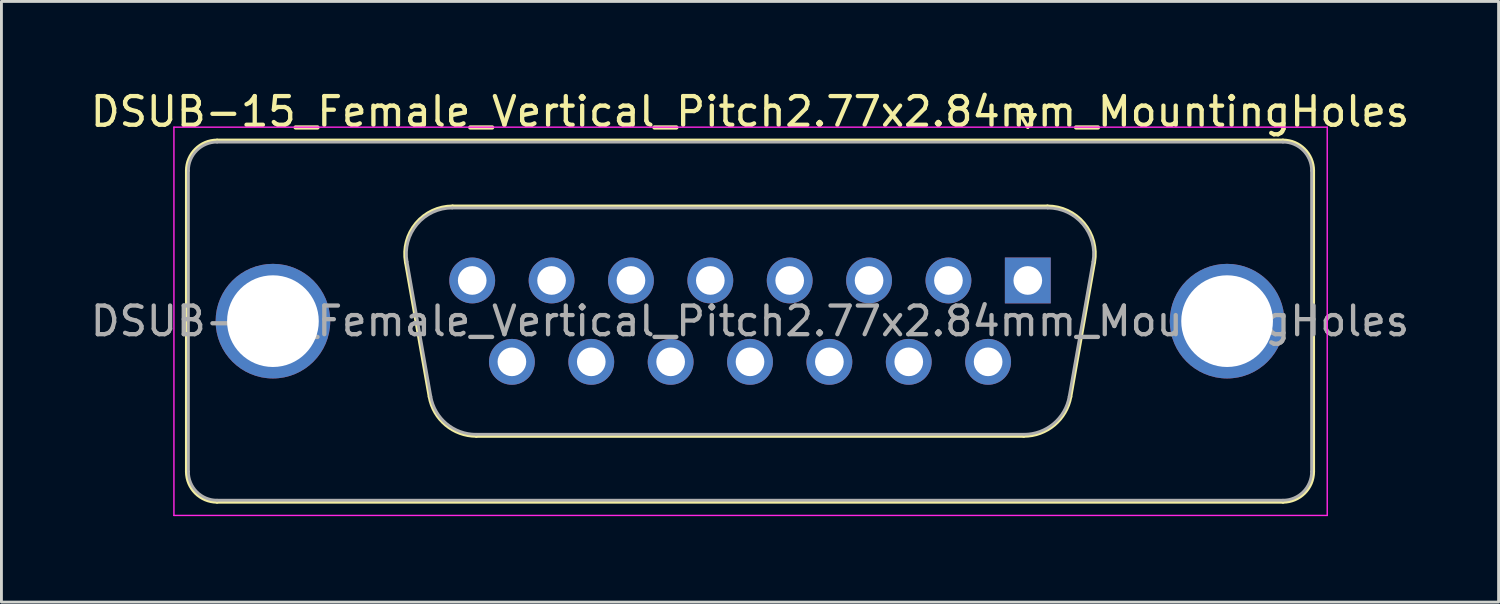
<source format=kicad_pcb>
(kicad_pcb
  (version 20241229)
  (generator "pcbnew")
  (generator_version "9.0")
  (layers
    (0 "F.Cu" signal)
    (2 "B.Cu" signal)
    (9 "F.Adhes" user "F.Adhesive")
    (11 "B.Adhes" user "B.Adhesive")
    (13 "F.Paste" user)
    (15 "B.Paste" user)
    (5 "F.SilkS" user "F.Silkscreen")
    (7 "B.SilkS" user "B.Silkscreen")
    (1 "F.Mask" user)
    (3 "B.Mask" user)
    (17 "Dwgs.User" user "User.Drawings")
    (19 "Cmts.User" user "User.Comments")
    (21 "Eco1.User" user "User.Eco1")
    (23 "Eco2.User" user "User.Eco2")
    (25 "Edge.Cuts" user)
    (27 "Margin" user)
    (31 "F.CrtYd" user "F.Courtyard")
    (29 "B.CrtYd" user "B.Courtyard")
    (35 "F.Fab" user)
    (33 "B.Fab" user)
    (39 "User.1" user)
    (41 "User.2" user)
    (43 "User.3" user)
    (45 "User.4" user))
  (footprint "DSUB-15_Female_Vertical_Pitch2.77x2.84mm_MountingHoles"
    (layer "F.Cu")
    (at 32.82 6.738)
    (property "Reference" "DSUB-15_Female_Vertical_Pitch2.77x2.84mm_MountingHoles" (at -9.695 -5.89 0) (layer "F.SilkS") (effects (font (size 1 1) (thickness 0.15))))
    (attr through_hole)
    (fp_line (start -29.355 6.67) (end -29.355 -3.83) (stroke (width 0.12) (type solid)) (layer "F.SilkS"))
    (fp_line (start -28.295 -4.89) (end 8.905 -4.89) (stroke (width 0.12) (type solid)) (layer "F.SilkS"))
    (fp_line (start -21.711 -0.642) (end -20.883 4.058) (stroke (width 0.12) (type solid)) (layer "F.SilkS"))
    (fp_line (start -20.077 -2.59) (end 0.687 -2.59) (stroke (width 0.12) (type solid)) (layer "F.SilkS"))
    (fp_line (start -19.248 5.43) (end -0.142 5.43) (stroke (width 0.12) (type solid)) (layer "F.SilkS"))
    (fp_line (start -0.25 -5.784) (end 0.25 -5.784) (stroke (width 0.12) (type solid)) (layer "F.SilkS"))
    (fp_line (start 0 -5.351) (end -0.25 -5.784) (stroke (width 0.12) (type solid)) (layer "F.SilkS"))
    (fp_line (start 0.25 -5.784) (end 0 -5.351) (stroke (width 0.12) (type solid)) (layer "F.SilkS"))
    (fp_line (start 2.321 -0.642) (end 1.493 4.058) (stroke (width 0.12) (type solid)) (layer "F.SilkS"))
    (fp_line (start 8.905 7.73) (end -28.295 7.73) (stroke (width 0.12) (type solid)) (layer "F.SilkS"))
    (fp_line (start 9.965 -3.83) (end 9.965 6.67) (stroke (width 0.12) (type solid)) (layer "F.SilkS"))
    (fp_arc (start -29.355 -3.83) (mid -29.044533 -4.579533) (end -28.295 -4.89) (stroke (width 0.12) (type solid)) (layer "F.SilkS"))
    (fp_arc (start -28.295 7.73) (mid -29.044533 7.419533) (end -29.355 6.67) (stroke (width 0.12) (type solid)) (layer "F.SilkS"))
    (fp_arc (start -21.71147 -0.641744) (mid -21.348323 -1.997028) (end -20.076689 -2.59) (stroke (width 0.12) (type solid)) (layer "F.SilkS"))
    (fp_arc (start -19.247952 5.43) (mid -20.314979 5.041634) (end -20.882733 4.058256) (stroke (width 0.12) (type solid)) (layer "F.SilkS"))
    (fp_arc (start 0.686689 -2.59) (mid 1.958323 -1.997027) (end 2.32147 -0.641744) (stroke (width 0.12) (type solid)) (layer "F.SilkS"))
    (fp_arc (start 1.492733 4.058256) (mid 0.92498 5.041634) (end -0.142048 5.43) (stroke (width 0.12) (type solid)) (layer "F.SilkS"))
    (fp_arc (start 8.905 -4.89) (mid 9.654533 -4.579533) (end 9.965 -3.83) (stroke (width 0.12) (type solid)) (layer "F.SilkS"))
    (fp_arc (start 9.965 6.67) (mid 9.654533 7.419533) (end 8.905 7.73) (stroke (width 0.12) (type solid)) (layer "F.SilkS"))
    (fp_line (start -29.8 -5.35) (end -29.8 8.2) (stroke (width 0.05) (type solid)) (layer "F.CrtYd"))
    (fp_line (start -29.8 8.2) (end 10.45 8.2) (stroke (width 0.05) (type solid)) (layer "F.CrtYd"))
    (fp_line (start 10.45 -5.35) (end -29.8 -5.35) (stroke (width 0.05) (type solid)) (layer "F.CrtYd"))
    (fp_line (start 10.45 8.2) (end 10.45 -5.35) (stroke (width 0.05) (type solid)) (layer "F.CrtYd"))
    (fp_line (start -29.295 6.67) (end -29.295 -3.83) (stroke (width 0.1) (type solid)) (layer "F.Fab"))
    (fp_line (start -28.295 -4.83) (end 8.905 -4.83) (stroke (width 0.1) (type solid)) (layer "F.Fab"))
    (fp_line (start -21.664 -0.652) (end -20.835 4.048) (stroke (width 0.1) (type solid)) (layer "F.Fab"))
    (fp_line (start -20.088 -2.53) (end 0.698 -2.53) (stroke (width 0.1) (type solid)) (layer "F.Fab"))
    (fp_line (start -19.259 5.37) (end -0.131 5.37) (stroke (width 0.1) (type solid)) (layer "F.Fab"))
    (fp_line (start 2.274 -0.652) (end 1.445 4.048) (stroke (width 0.1) (type solid)) (layer "F.Fab"))
    (fp_line (start 8.905 7.67) (end -28.295 7.67) (stroke (width 0.1) (type solid)) (layer "F.Fab"))
    (fp_line (start 9.905 -3.83) (end 9.905 6.67) (stroke (width 0.1) (type solid)) (layer "F.Fab"))
    (fp_arc (start -29.295 -3.83) (mid -29.002107 -4.537107) (end -28.295 -4.83) (stroke (width 0.1) (type solid)) (layer "F.Fab"))
    (fp_arc (start -28.295 7.67) (mid -29.002107 7.377107) (end -29.295 6.67) (stroke (width 0.1) (type solid)) (layer "F.Fab"))
    (fp_arc (start -21.663886 -0.652163) (mid -21.313865 -1.95846) (end -20.088194 -2.53) (stroke (width 0.1) (type solid)) (layer "F.Fab"))
    (fp_arc (start -19.259457 5.37) (mid -20.287917 4.995671) (end -20.835149 4.047837) (stroke (width 0.1) (type solid)) (layer "F.Fab"))
    (fp_arc (start 0.698194 -2.53) (mid 1.923865 -1.95846) (end 2.273886 -0.652163) (stroke (width 0.1) (type solid)) (layer "F.Fab"))
    (fp_arc (start 1.445149 4.047837) (mid 0.897917 4.995671) (end -0.130543 5.37) (stroke (width 0.1) (type solid)) (layer "F.Fab"))
    (fp_arc (start 8.905 -4.83) (mid 9.612107 -4.537107) (end 9.905 -3.83) (stroke (width 0.1) (type solid)) (layer "F.Fab"))
    (fp_arc (start 9.905 6.67) (mid 9.612107 7.377107) (end 8.905 7.67) (stroke (width 0.1) (type solid)) (layer "F.Fab"))
    (fp_text user "${REFERENCE}" (at -9.695 1.42 0) (layer "F.Fab") (effects (font (size 1 1) (thickness 0.15))))
    (pad "0" thru_hole circle (at -26.345 1.42) (size 4 4) (drill 3.2) (layers "*.Cu" "*.Mask"))
    (pad "0" thru_hole circle (at 6.955 1.42) (size 4 4) (drill 3.2) (layers "*.Cu" "*.Mask"))
    (pad "1" thru_hole rect (at 0 0) (size 1.6 1.6) (drill 1) (layers "*.Cu" "*.Mask"))
    (pad "2" thru_hole circle (at -2.77 0) (size 1.6 1.6) (drill 1) (layers "*.Cu" "*.Mask"))
    (pad "3" thru_hole circle (at -5.54 0) (size 1.6 1.6) (drill 1) (layers "*.Cu" "*.Mask"))
    (pad "4" thru_hole circle (at -8.31 0) (size 1.6 1.6) (drill 1) (layers "*.Cu" "*.Mask"))
    (pad "5" thru_hole circle (at -11.08 0) (size 1.6 1.6) (drill 1) (layers "*.Cu" "*.Mask"))
    (pad "6" thru_hole circle (at -13.85 0) (size 1.6 1.6) (drill 1) (layers "*.Cu" "*.Mask"))
    (pad "7" thru_hole circle (at -16.62 0) (size 1.6 1.6) (drill 1) (layers "*.Cu" "*.Mask"))
    (pad "8" thru_hole circle (at -19.39 0) (size 1.6 1.6) (drill 1) (layers "*.Cu" "*.Mask"))
    (pad "9" thru_hole circle (at -1.385 2.84) (size 1.6 1.6) (drill 1) (layers "*.Cu" "*.Mask"))
    (pad "10" thru_hole circle (at -4.155 2.84) (size 1.6 1.6) (drill 1) (layers "*.Cu" "*.Mask"))
    (pad "11" thru_hole circle (at -6.925 2.84) (size 1.6 1.6) (drill 1) (layers "*.Cu" "*.Mask"))
    (pad "12" thru_hole circle (at -9.695 2.84) (size 1.6 1.6) (drill 1) (layers "*.Cu" "*.Mask"))
    (pad "13" thru_hole circle (at -12.465 2.84) (size 1.6 1.6) (drill 1) (layers "*.Cu" "*.Mask"))
    (pad "14" thru_hole circle (at -15.235 2.84) (size 1.6 1.6) (drill 1) (layers "*.Cu" "*.Mask"))
    (pad "15" thru_hole circle (at -18.005 2.84) (size 1.6 1.6) (drill 1) (layers "*.Cu" "*.Mask")))
  (gr_rect
    (start -3 -3)
    (end 49.25 17.963)
    (stroke (width 0.1) (type default))
    (fill no)
    (layer "Edge.Cuts")))
</source>
